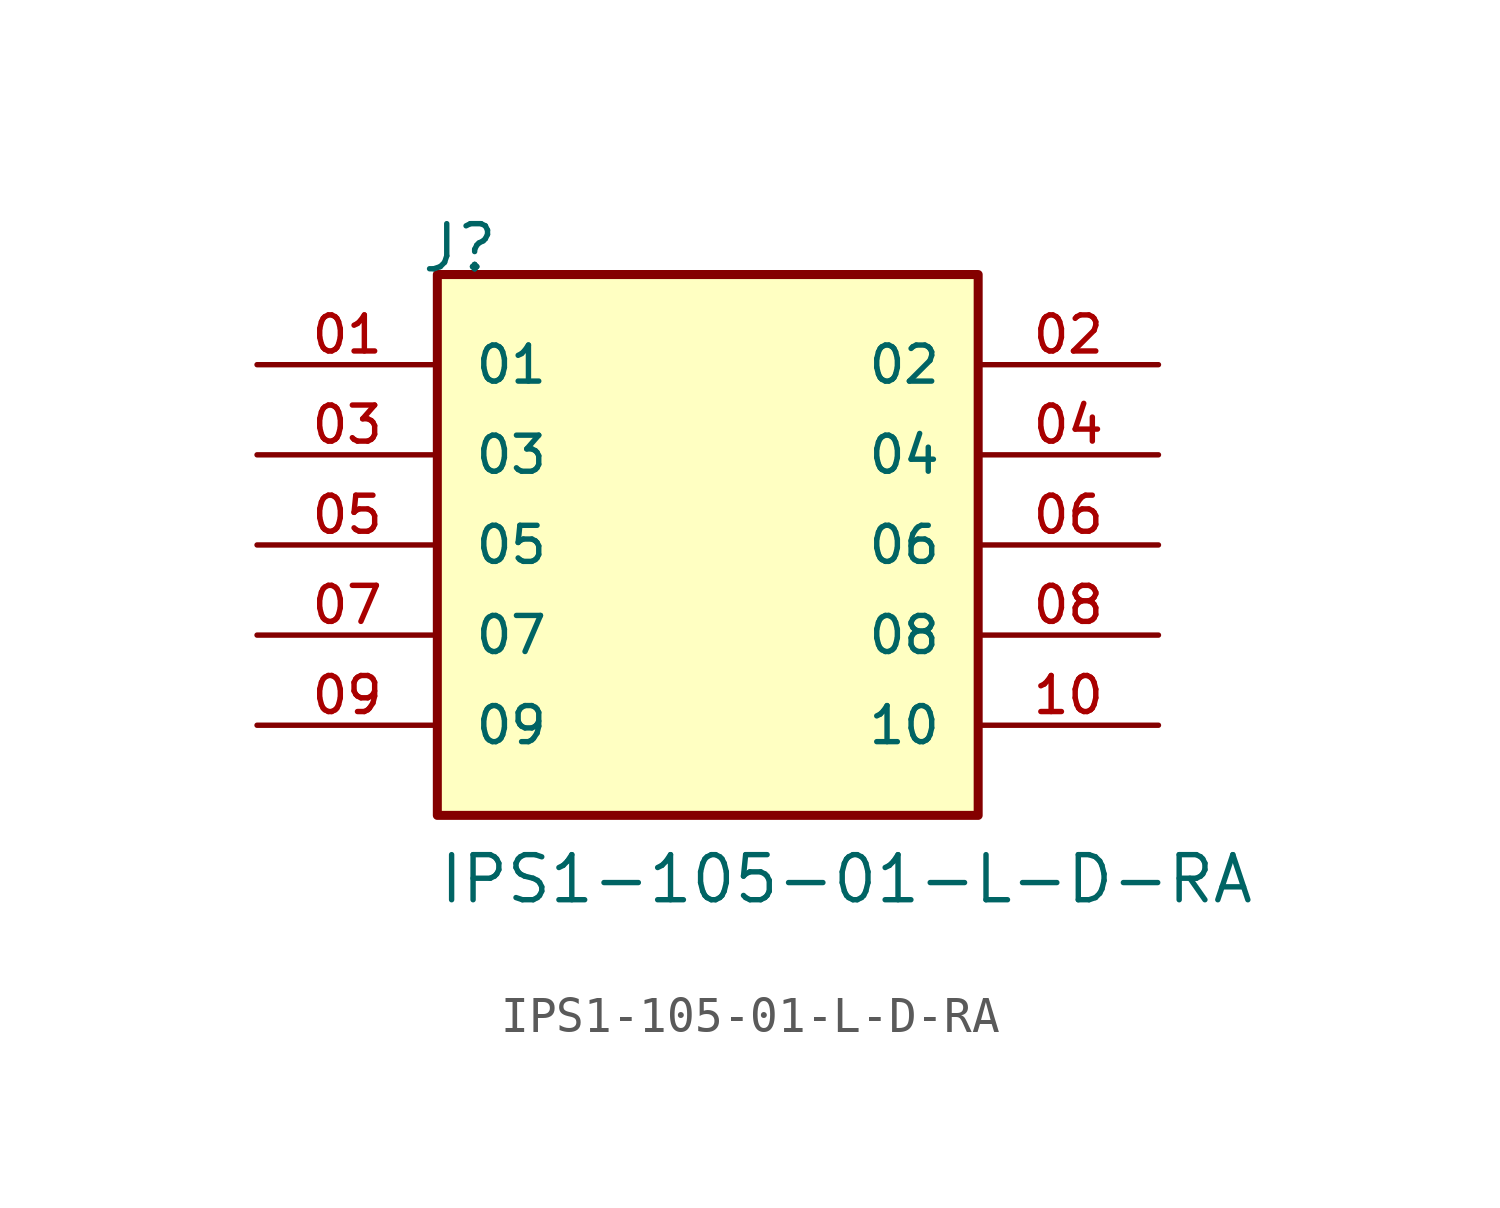
<source format=kicad_sym>
(kicad_symbol_lib
  (version 20211014)
  (generator kicad_symbol_editor)
  (symbol "IPS1-105-01-L-D-RA"
    (pin_names
      (offset 1.016))
    (property "Reference" "J"
      (at -8.12 7.62 0)
      (effects (font (size 1.27 1.27)) (justify bottom left)))
    (property "Value" "IPS1-105-01-L-D-RA"
      (at -7.62 -10.16 0)
      (effects (font (size 1.27 1.27)) (justify bottom left)))
    (symbol "IPS1-105-01-L-D-RA_0_0"
      (rectangle (start -7.62 -7.62) (end 7.62 7.62) (stroke (width 0.254)) (fill (type background)))
      (pin passive line (at -12.7 5.08 0) (length 5.08) (name "01" (effects (font (size 1.016 1.016)))) (number "01" (effects (font (size 1.016 1.016)))))
      (pin passive line (at 12.7 5.08 180.0) (length 5.08) (name "02" (effects (font (size 1.016 1.016)))) (number "02" (effects (font (size 1.016 1.016)))))
      (pin passive line (at -12.7 2.54 0) (length 5.08) (name "03" (effects (font (size 1.016 1.016)))) (number "03" (effects (font (size 1.016 1.016)))))
      (pin passive line (at 12.7 2.54 180.0) (length 5.08) (name "04" (effects (font (size 1.016 1.016)))) (number "04" (effects (font (size 1.016 1.016)))))
      (pin passive line (at -12.7 0.0 0) (length 5.08) (name "05" (effects (font (size 1.016 1.016)))) (number "05" (effects (font (size 1.016 1.016)))))
      (pin passive line (at 12.7 0.0 180.0) (length 5.08) (name "06" (effects (font (size 1.016 1.016)))) (number "06" (effects (font (size 1.016 1.016)))))
      (pin passive line (at -12.7 -2.54 0) (length 5.08) (name "07" (effects (font (size 1.016 1.016)))) (number "07" (effects (font (size 1.016 1.016)))))
      (pin passive line (at 12.7 -2.54 180.0) (length 5.08) (name "08" (effects (font (size 1.016 1.016)))) (number "08" (effects (font (size 1.016 1.016)))))
      (pin passive line (at -12.7 -5.08 0) (length 5.08) (name "09" (effects (font (size 1.016 1.016)))) (number "09" (effects (font (size 1.016 1.016)))))
      (pin passive line (at 12.7 -5.08 180.0) (length 5.08) (name "10" (effects (font (size 1.016 1.016)))) (number "10" (effects (font (size 1.016 1.016))))))))
</source>
